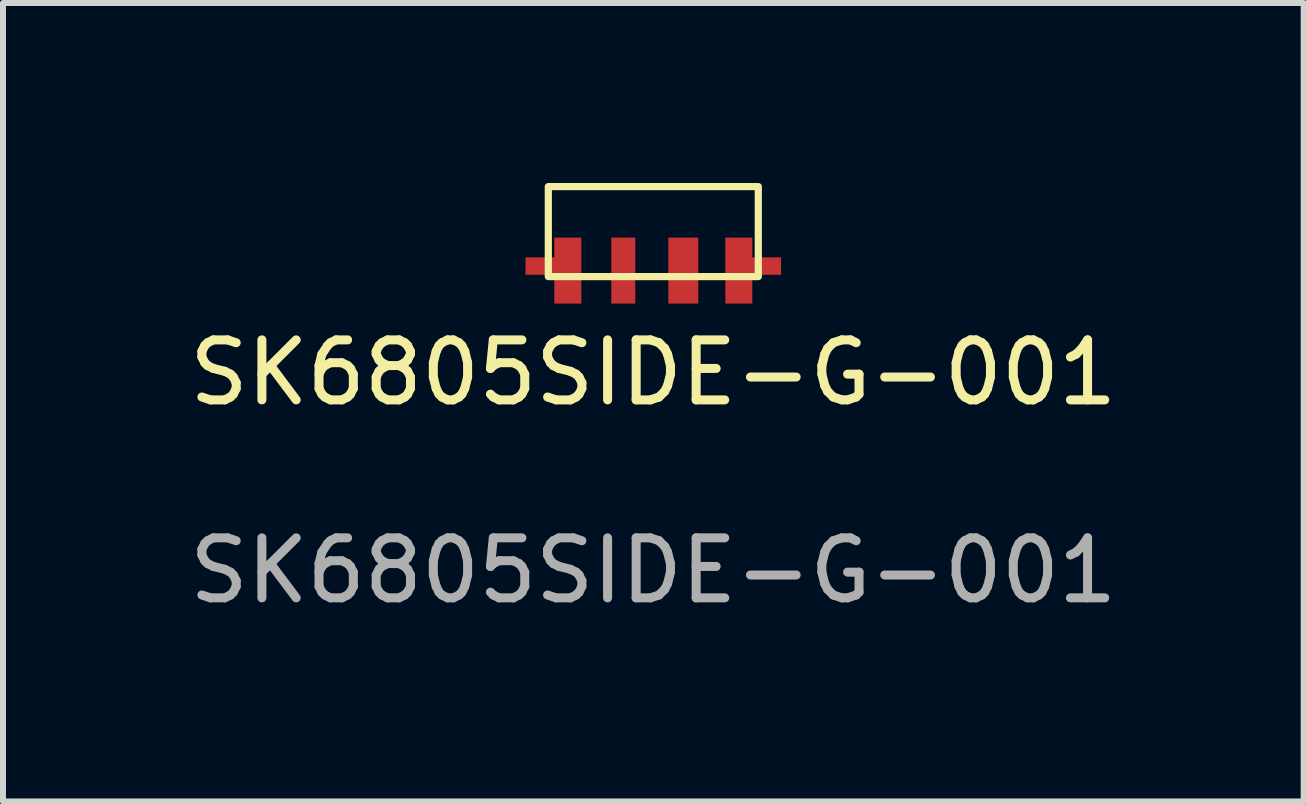
<source format=kicad_pcb>
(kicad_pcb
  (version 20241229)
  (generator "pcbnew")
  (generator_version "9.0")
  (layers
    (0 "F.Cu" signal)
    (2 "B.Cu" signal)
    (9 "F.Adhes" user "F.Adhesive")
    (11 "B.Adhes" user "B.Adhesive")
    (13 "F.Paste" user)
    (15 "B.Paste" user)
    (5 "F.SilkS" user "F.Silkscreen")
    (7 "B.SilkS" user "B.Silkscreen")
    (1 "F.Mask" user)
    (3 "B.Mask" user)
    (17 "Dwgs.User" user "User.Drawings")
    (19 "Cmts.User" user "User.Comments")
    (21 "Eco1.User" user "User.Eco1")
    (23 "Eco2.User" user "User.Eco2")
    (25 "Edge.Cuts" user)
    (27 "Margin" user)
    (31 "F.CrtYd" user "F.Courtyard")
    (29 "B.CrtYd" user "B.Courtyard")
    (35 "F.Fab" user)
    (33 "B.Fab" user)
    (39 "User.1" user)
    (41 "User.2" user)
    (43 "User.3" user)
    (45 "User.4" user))
  (footprint "SK6805SIDE-G-001"
    (layer "F.Cu")
    (at 7.839 1.46)
    (property "Reference" "SK6805SIDE-G-001" (at 0 1.7 0) (unlocked yes) (layer "F.SilkS") (effects (font (size 1 1) (thickness 0.15))))
    (attr smd)
    (fp_rect (start -1.75 -1.4) (end 1.75 0.1) (stroke (width 0.12) (type default)) (fill no) (layer "F.SilkS"))
    (fp_text user "${REFERENCE}" (at 0 5 0) (unlocked yes) (layer "F.Fab") (effects (font (size 1 1) (thickness 0.15))))
    (pad "1" smd custom (at -1.425 0) (size 0.45 1.1) (layers "F.Cu" "F.Mask" "F.Paste") (options (anchor rect)) (primitives (gr_poly (pts (xy -0.225 -0.22) (xy -0.705 -0.22) (xy -0.705 0.07) (xy -0.225 0.07)) (width 0) (fill yes))))
    (pad "2" smd rect (at -0.5 0) (size 0.4 1.1) (layers "F.Cu" "F.Mask" "F.Paste"))
    (pad "3" smd custom (at 1.425 0) (size 0.45 1.1) (layers "F.Cu" "F.Mask" "F.Paste") (options (anchor rect)) (primitives (gr_poly (pts (xy 0.225 -0.22) (xy 0.705 -0.22) (xy 0.705 0.07) (xy 0.225 0.07)) (width 0) (fill yes))))
    (pad "4" smd rect (at 0.5 0) (size 0.5 1.1) (layers "F.Cu" "F.Mask" "F.Paste")))
  (gr_rect
    (start -3 -3)
    (end 18.679 10.308)
    (stroke (width 0.1) (type default))
    (fill no)
    (layer "Edge.Cuts")))
</source>
